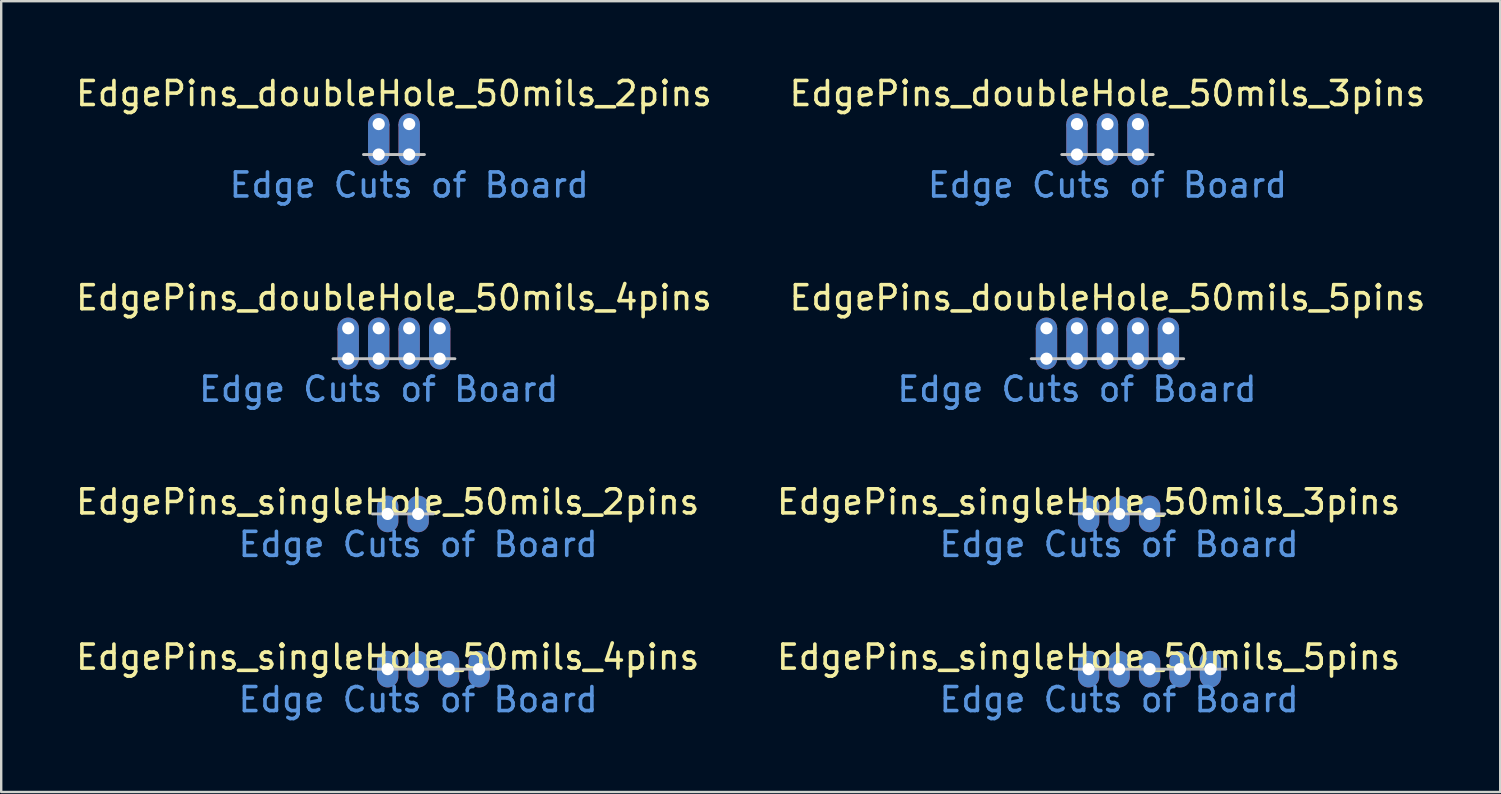
<source format=kicad_pcb>
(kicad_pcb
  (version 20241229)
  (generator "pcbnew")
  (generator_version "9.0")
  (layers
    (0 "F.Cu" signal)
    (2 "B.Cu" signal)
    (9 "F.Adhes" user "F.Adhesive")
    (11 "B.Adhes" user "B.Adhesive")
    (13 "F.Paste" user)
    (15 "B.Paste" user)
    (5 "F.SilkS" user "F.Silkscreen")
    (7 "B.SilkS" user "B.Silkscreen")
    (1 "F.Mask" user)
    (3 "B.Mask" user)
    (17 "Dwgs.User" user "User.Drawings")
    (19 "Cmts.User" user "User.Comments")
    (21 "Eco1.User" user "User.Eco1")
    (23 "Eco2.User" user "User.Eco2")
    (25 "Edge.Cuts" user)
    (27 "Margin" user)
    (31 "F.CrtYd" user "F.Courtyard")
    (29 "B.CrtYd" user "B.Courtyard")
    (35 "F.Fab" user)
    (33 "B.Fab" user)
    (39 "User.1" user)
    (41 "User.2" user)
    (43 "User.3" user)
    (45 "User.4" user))
  (footprint "EdgePins_singleHole_50mils_5pins"
    (layer "F.Cu")
    (at 44.844 24.828)
    (property "Reference" "EdgePins_singleHole_50mils_5pins" (at -2.54 -0.5 0) (unlocked yes) (layer "F.SilkS") (effects (font (size 1 1) (thickness 0.15))))
    (attr through_hole)
    (fp_line (start -3.175 0) (end 3.175 0) (stroke (width 0.12) (type solid)) (layer "Dwgs.User"))
    (fp_text user "Edge Cuts of Board" (at -1.27 1.27 0) (unlocked yes) (layer "Cmts.User") (effects (font (size 1 1) (thickness 0.15))))
    (pad "1" thru_hole oval (at -2.54 0) (size 0.889 1.524) (drill 0.508) (layers "*.Cu" "*.Mask"))
    (pad "2" thru_hole oval (at -1.27 0) (size 0.889 1.524) (drill 0.508) (layers "*.Cu" "*.Mask"))
    (pad "3" thru_hole oval (at 0 0) (size 0.889 1.524) (drill 0.508) (layers "*.Cu" "*.Mask"))
    (pad "4" thru_hole oval (at 1.27 0) (size 0.889 1.524) (drill 0.508) (layers "*.Cu" "*.Mask"))
    (pad "5" thru_hole oval (at 2.535 0) (size 0.889 1.524) (drill 0.508) (layers "*.Cu" "*.Mask")))
  (footprint "EdgePins_singleHole_50mils_3pins"
    (layer "F.Cu")
    (at 43.574 18.361)
    (property "Reference" "EdgePins_singleHole_50mils_3pins" (at -1.27 -0.5 0) (unlocked yes) (layer "F.SilkS") (effects (font (size 1 1) (thickness 0.15))))
    (attr through_hole)
    (fp_line (start -1.905 0) (end 1.905 0) (stroke (width 0.12) (type solid)) (layer "Dwgs.User"))
    (fp_text user "Edge Cuts of Board" (at 0 1.27 0) (unlocked yes) (layer "Cmts.User") (effects (font (size 1 1) (thickness 0.15))))
    (pad "1" thru_hole oval (at -1.27 0) (size 0.889 1.524) (drill 0.508) (layers "*.Cu" "*.Mask"))
    (pad "2" thru_hole oval (at 0 0) (size 0.889 1.524) (drill 0.508) (layers "*.Cu" "*.Mask"))
    (pad "3" thru_hole oval (at 1.27 0) (size 0.889 1.524) (drill 0.508) (layers "*.Cu" "*.Mask")))
  (footprint "EdgePins_singleHole_50mils_4pins"
    (layer "F.Cu")
    (at 15.006 24.828)
    (property "Reference" "EdgePins_singleHole_50mils_4pins" (at -1.905 -0.5 0) (unlocked yes) (layer "F.SilkS") (effects (font (size 1 1) (thickness 0.15))))
    (attr through_hole)
    (fp_line (start -2.54 0) (end 2.54 0) (stroke (width 0.12) (type solid)) (layer "Dwgs.User"))
    (fp_text user "Edge Cuts of Board" (at -0.635 1.27 0) (unlocked yes) (layer "Cmts.User") (effects (font (size 1 1) (thickness 0.15))))
    (pad "1" thru_hole oval (at -1.905 0) (size 0.889 1.524) (drill 0.508) (layers "*.Cu" "*.Mask"))
    (pad "2" thru_hole oval (at -0.635 0) (size 0.889 1.524) (drill 0.508) (layers "*.Cu" "*.Mask"))
    (pad "3" thru_hole oval (at 0.635 0) (size 0.889 1.524) (drill 0.508) (layers "*.Cu" "*.Mask"))
    (pad "4" thru_hole oval (at 1.905 0) (size 0.889 1.524) (drill 0.508) (layers "*.Cu" "*.Mask")))
  (footprint "EdgePins_doubleHole_50mils_5pins"
    (layer "F.Cu")
    (at 43.089 11.895)
    (property "Reference" "EdgePins_doubleHole_50mils_5pins" (at 0 -2.54 0) (unlocked yes) (layer "F.SilkS") (effects (font (size 1 1) (thickness 0.15))))
    (attr through_hole)
    (fp_line (start -3.175 0) (end 3.175 0) (stroke (width 0.12) (type solid)) (layer "Dwgs.User"))
    (fp_text user "Edge Cuts of Board" (at -1.27 1.27 0) (unlocked yes) (layer "Cmts.User") (effects (font (size 1 1) (thickness 0.15))))
    (pad "1" thru_hole circle (at -2.54 -1.27) (size 0.889 0.889) (drill 0.508) (layers "*.Cu" "*.Mask"))
    (pad "1" thru_hole rect (at -2.54 -0.635) (size 0.889 1.27) (drill 0.000001) (layers "*.Cu" "*.Mask"))
    (pad "1" thru_hole circle (at -2.54 0) (size 0.889 0.889) (drill 0.508) (layers "*.Cu" "*.Mask"))
    (pad "2" thru_hole circle (at -1.27 -1.27) (size 0.889 0.889) (drill 0.508) (layers "*.Cu" "*.Mask"))
    (pad "2" thru_hole rect (at -1.27 -0.635) (size 0.889 1.27) (drill 0.000001) (layers "*.Cu" "*.Mask"))
    (pad "2" thru_hole circle (at -1.27 0) (size 0.889 0.889) (drill 0.508) (layers "*.Cu" "*.Mask"))
    (pad "3" thru_hole circle (at 0 -1.27) (size 0.889 0.889) (drill 0.508) (layers "*.Cu" "*.Mask"))
    (pad "3" thru_hole rect (at 0 -0.635) (size 0.889 1.27) (drill 0.000001) (layers "*.Cu" "*.Mask"))
    (pad "3" thru_hole circle (at 0 0) (size 0.889 0.889) (drill 0.508) (layers "*.Cu" "*.Mask"))
    (pad "4" thru_hole circle (at 1.27 -1.27) (size 0.889 0.889) (drill 0.508) (layers "*.Cu" "*.Mask"))
    (pad "4" thru_hole rect (at 1.27 -0.635) (size 0.889 1.27) (drill 0.000001) (layers "*.Cu" "*.Mask"))
    (pad "4" thru_hole circle (at 1.27 0) (size 0.889 0.889) (drill 0.508) (layers "*.Cu" "*.Mask"))
    (pad "5" thru_hole circle (at 2.54 -1.27) (size 0.889 0.889) (drill 0.508) (layers "*.Cu" "*.Mask"))
    (pad "5" thru_hole rect (at 2.54 -0.635) (size 0.889 1.27) (drill 0.000001) (layers "*.Cu" "*.Mask"))
    (pad "5" thru_hole circle (at 2.54 0) (size 0.889 0.889) (drill 0.508) (layers "*.Cu" "*.Mask")))
  (footprint "EdgePins_doubleHole_50mils_3pins"
    (layer "F.Cu")
    (at 43.089 3.388)
    (property "Reference" "EdgePins_doubleHole_50mils_3pins" (at 0 -2.54 0) (unlocked yes) (layer "F.SilkS") (effects (font (size 1 1) (thickness 0.15))))
    (attr through_hole)
    (fp_line (start -1.905 0) (end 1.905 0) (stroke (width 0.12) (type solid)) (layer "Dwgs.User"))
    (fp_text user "Edge Cuts of Board" (at 0 1.27 0) (unlocked yes) (layer "Cmts.User") (effects (font (size 1 1) (thickness 0.15))))
    (pad "1" thru_hole circle (at -1.27 -1.27) (size 0.889 0.889) (drill 0.508) (layers "*.Cu" "*.Mask"))
    (pad "1" thru_hole rect (at -1.27 -0.635) (size 0.889 1.27) (drill 0.000001) (layers "*.Cu" "*.Mask"))
    (pad "1" thru_hole circle (at -1.27 0) (size 0.889 0.889) (drill 0.508) (layers "*.Cu" "*.Mask"))
    (pad "2" thru_hole circle (at 0 -1.27) (size 0.889 0.889) (drill 0.508) (layers "*.Cu" "*.Mask"))
    (pad "2" thru_hole rect (at 0 -0.635) (size 0.889 1.27) (drill 0.000001) (layers "*.Cu" "*.Mask"))
    (pad "2" thru_hole circle (at 0 0) (size 0.889 0.889) (drill 0.508) (layers "*.Cu" "*.Mask"))
    (pad "3" thru_hole circle (at 1.27 -1.27) (size 0.889 0.889) (drill 0.508) (layers "*.Cu" "*.Mask"))
    (pad "3" thru_hole rect (at 1.27 -0.635) (size 0.889 1.27) (drill 0.000001) (layers "*.Cu" "*.Mask"))
    (pad "3" thru_hole circle (at 1.27 0) (size 0.889 0.889) (drill 0.508) (layers "*.Cu" "*.Mask")))
  (footprint "EdgePins_singleHole_50mils_2pins"
    (layer "F.Cu")
    (at 13.736 18.361)
    (property "Reference" "EdgePins_singleHole_50mils_2pins" (at -0.635 -0.5 0) (unlocked yes) (layer "F.SilkS") (effects (font (size 1 1) (thickness 0.15))))
    (attr through_hole)
    (fp_line (start -1.27 0) (end 1.27 0) (stroke (width 0.12) (type solid)) (layer "Dwgs.User"))
    (fp_text user "Edge Cuts of Board" (at 0.635 1.27 0) (unlocked yes) (layer "Cmts.User") (effects (font (size 1 1) (thickness 0.15))))
    (pad "1" thru_hole oval (at -0.635 0) (size 0.889 1.524) (drill 0.508) (layers "*.Cu" "*.Mask"))
    (pad "2" thru_hole oval (at 0.635 0) (size 0.889 1.524) (drill 0.508) (layers "*.Cu" "*.Mask")))
  (footprint "EdgePins_doubleHole_50mils_4pins"
    (layer "F.Cu")
    (at 13.363 11.895)
    (property "Reference" "EdgePins_doubleHole_50mils_4pins" (at 0 -2.54 0) (unlocked yes) (layer "F.SilkS") (effects (font (size 1 1) (thickness 0.15))))
    (attr through_hole)
    (fp_line (start -2.54 0) (end 2.54 0) (stroke (width 0.12) (type solid)) (layer "Dwgs.User"))
    (fp_text user "Edge Cuts of Board" (at -0.635 1.27 0) (unlocked yes) (layer "Cmts.User") (effects (font (size 1 1) (thickness 0.15))))
    (pad "1" thru_hole circle (at -1.905 -1.27) (size 0.889 0.889) (drill 0.508) (layers "*.Cu" "*.Mask"))
    (pad "1" thru_hole rect (at -1.905 -0.635) (size 0.889 1.27) (drill 0.000001) (layers "*.Cu" "*.Mask"))
    (pad "1" thru_hole circle (at -1.905 0) (size 0.889 0.889) (drill 0.508) (layers "*.Cu" "*.Mask"))
    (pad "2" thru_hole circle (at -0.635 -1.27) (size 0.889 0.889) (drill 0.508) (layers "*.Cu" "*.Mask"))
    (pad "2" thru_hole rect (at -0.635 -0.635) (size 0.889 1.27) (drill 0.000001) (layers "*.Cu" "*.Mask"))
    (pad "2" thru_hole circle (at -0.635 0) (size 0.889 0.889) (drill 0.508) (layers "*.Cu" "*.Mask"))
    (pad "3" thru_hole circle (at 0.635 -1.27) (size 0.889 0.889) (drill 0.508) (layers "*.Cu" "*.Mask"))
    (pad "3" thru_hole rect (at 0.635 -0.635) (size 0.889 1.27) (drill 0.000001) (layers "*.Cu" "*.Mask"))
    (pad "3" thru_hole circle (at 0.635 0) (size 0.889 0.889) (drill 0.508) (layers "*.Cu" "*.Mask"))
    (pad "4" thru_hole circle (at 1.905 -1.27) (size 0.889 0.889) (drill 0.508) (layers "*.Cu" "*.Mask"))
    (pad "4" thru_hole rect (at 1.905 -0.635) (size 0.889 1.27) (drill 0.000001) (layers "*.Cu" "*.Mask"))
    (pad "4" thru_hole circle (at 1.905 0) (size 0.889 0.889) (drill 0.508) (layers "*.Cu" "*.Mask")))
  (footprint "EdgePins_doubleHole_50mils_2pins"
    (layer "F.Cu")
    (at 13.363 3.388)
    (property "Reference" "EdgePins_doubleHole_50mils_2pins" (at 0 -2.54 0) (unlocked yes) (layer "F.SilkS") (effects (font (size 1 1) (thickness 0.15))))
    (attr through_hole)
    (fp_line (start -1.27 0) (end 1.27 0) (stroke (width 0.12) (type solid)) (layer "Dwgs.User"))
    (fp_text user "Edge Cuts of Board" (at 0.635 1.27 0) (unlocked yes) (layer "Cmts.User") (effects (font (size 1 1) (thickness 0.15))))
    (pad "1" thru_hole circle (at -0.635 -1.27) (size 0.889 0.889) (drill 0.508) (layers "*.Cu" "*.Mask"))
    (pad "1" thru_hole rect (at -0.635 -0.635) (size 0.889 1.27) (drill 0.000001) (layers "*.Cu" "*.Mask"))
    (pad "1" thru_hole circle (at -0.635 0) (size 0.889 0.889) (drill 0.508) (layers "*.Cu" "*.Mask"))
    (pad "2" thru_hole circle (at 0.635 -1.27) (size 0.889 0.889) (drill 0.508) (layers "*.Cu" "*.Mask"))
    (pad "2" thru_hole rect (at 0.635 -0.635) (size 0.889 1.27) (drill 0.000001) (layers "*.Cu" "*.Mask"))
    (pad "2" thru_hole circle (at 0.635 0) (size 0.889 0.889) (drill 0.508) (layers "*.Cu" "*.Mask")))
  (gr_rect
    (start -3 -3)
    (end 59.452 29.946)
    (stroke (width 0.1) (type default))
    (fill no)
    (layer "Edge.Cuts")))
</source>
